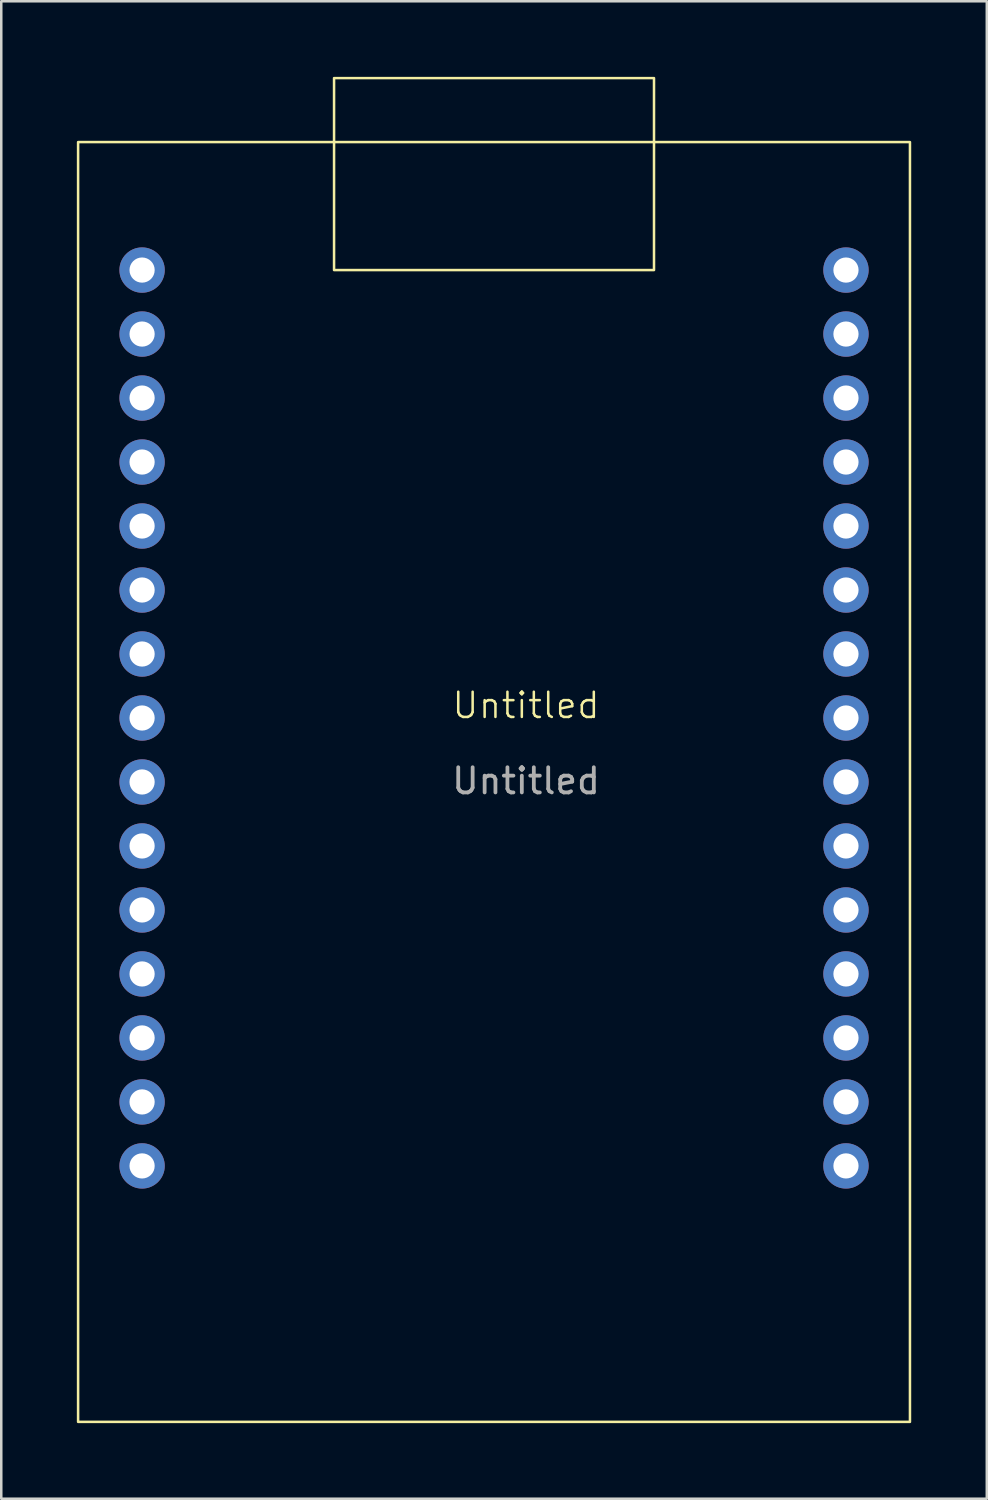
<source format=kicad_pcb>
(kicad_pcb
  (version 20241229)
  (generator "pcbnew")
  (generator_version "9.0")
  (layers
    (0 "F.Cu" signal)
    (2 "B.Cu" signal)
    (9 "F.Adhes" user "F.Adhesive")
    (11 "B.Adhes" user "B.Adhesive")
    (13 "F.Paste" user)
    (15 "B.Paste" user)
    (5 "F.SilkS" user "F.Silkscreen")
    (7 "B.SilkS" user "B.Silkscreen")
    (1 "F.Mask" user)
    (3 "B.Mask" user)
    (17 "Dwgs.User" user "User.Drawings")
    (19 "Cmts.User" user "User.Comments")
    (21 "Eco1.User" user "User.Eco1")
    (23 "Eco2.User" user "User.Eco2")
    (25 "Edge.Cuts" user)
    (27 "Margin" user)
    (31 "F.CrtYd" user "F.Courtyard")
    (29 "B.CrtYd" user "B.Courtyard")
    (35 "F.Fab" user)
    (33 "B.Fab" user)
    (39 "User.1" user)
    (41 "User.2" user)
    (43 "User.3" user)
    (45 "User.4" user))
  (footprint "Untitled"
    (layer "F.Cu")
    (at 17.83 25.45)
    (property "Reference" "Untitled" (at 0 -0.5 0) (unlocked yes) (layer "F.SilkS") (effects (font (size 1 1) (thickness 0.1))))
    (attr smd)
    (fp_rect (start -17.78 -22.86) (end 15.24 27.94) (stroke (width 0.1) (type default)) (fill no) (layer "F.SilkS"))
    (fp_rect (start -7.62 -25.4) (end 5.08 -17.78) (stroke (width 0.1) (type default)) (fill no) (layer "F.SilkS"))
    (fp_text user "${REFERENCE}" (at 0 2.5 0) (unlocked yes) (layer "F.Fab") (effects (font (size 1 1) (thickness 0.15))))
    (pad "1" thru_hole circle (at -15.24 -17.78) (size 1.8 1.8) (drill 1) (layers "*.Cu" "*.Mask"))
    (pad "2" thru_hole circle (at -15.24 -15.24) (size 1.8 1.8) (drill 1) (layers "*.Cu" "*.Mask"))
    (pad "3" thru_hole circle (at -15.24 -12.7) (size 1.8 1.8) (drill 1) (layers "*.Cu" "*.Mask"))
    (pad "4" thru_hole circle (at -15.24 -10.16) (size 1.8 1.8) (drill 1) (layers "*.Cu" "*.Mask"))
    (pad "5" thru_hole circle (at -15.24 -7.62) (size 1.8 1.8) (drill 1) (layers "*.Cu" "*.Mask"))
    (pad "6" thru_hole circle (at -15.24 -5.08) (size 1.8 1.8) (drill 1) (layers "*.Cu" "*.Mask"))
    (pad "7" thru_hole circle (at -15.24 -2.54) (size 1.8 1.8) (drill 1) (layers "*.Cu" "*.Mask"))
    (pad "8" thru_hole circle (at -15.24 0) (size 1.8 1.8) (drill 1) (layers "*.Cu" "*.Mask"))
    (pad "9" thru_hole circle (at -15.24 2.54) (size 1.8 1.8) (drill 1) (layers "*.Cu" "*.Mask"))
    (pad "10" thru_hole circle (at -15.24 5.08) (size 1.8 1.8) (drill 1) (layers "*.Cu" "*.Mask"))
    (pad "11" thru_hole circle (at -15.24 7.62) (size 1.8 1.8) (drill 1) (layers "*.Cu" "*.Mask"))
    (pad "12" thru_hole circle (at -15.24 10.16) (size 1.8 1.8) (drill 1) (layers "*.Cu" "*.Mask"))
    (pad "13" thru_hole circle (at -15.24 12.7) (size 1.8 1.8) (drill 1) (layers "*.Cu" "*.Mask"))
    (pad "14" thru_hole circle (at -15.24 15.24) (size 1.8 1.8) (drill 1) (layers "*.Cu" "*.Mask"))
    (pad "15" thru_hole circle (at -15.24 17.78) (size 1.8 1.8) (drill 1) (layers "*.Cu" "*.Mask"))
    (pad "16" thru_hole circle (at 12.7 -17.78) (size 1.8 1.8) (drill 1) (layers "*.Cu" "*.Mask"))
    (pad "17" thru_hole circle (at 12.7 -15.24) (size 1.8 1.8) (drill 1) (layers "*.Cu" "*.Mask"))
    (pad "18" thru_hole circle (at 12.7 -12.7) (size 1.8 1.8) (drill 1) (layers "*.Cu" "*.Mask"))
    (pad "19" thru_hole circle (at 12.7 -10.16) (size 1.8 1.8) (drill 1) (layers "*.Cu" "*.Mask"))
    (pad "20" thru_hole circle (at 12.7 -7.62) (size 1.8 1.8) (drill 1) (layers "*.Cu" "*.Mask"))
    (pad "21" thru_hole circle (at 12.7 -5.08) (size 1.8 1.8) (drill 1) (layers "*.Cu" "*.Mask"))
    (pad "22" thru_hole circle (at 12.7 -2.54) (size 1.8 1.8) (drill 1) (layers "*.Cu" "*.Mask"))
    (pad "23" thru_hole circle (at 12.7 0) (size 1.8 1.8) (drill 1) (layers "*.Cu" "*.Mask"))
    (pad "24" thru_hole circle (at 12.7 2.54) (size 1.8 1.8) (drill 1) (layers "*.Cu" "*.Mask"))
    (pad "25" thru_hole circle (at 12.7 5.08) (size 1.8 1.8) (drill 1) (layers "*.Cu" "*.Mask"))
    (pad "26" thru_hole circle (at 12.7 7.62) (size 1.8 1.8) (drill 1) (layers "*.Cu" "*.Mask"))
    (pad "27" thru_hole circle (at 12.7 10.16) (size 1.8 1.8) (drill 1) (layers "*.Cu" "*.Mask"))
    (pad "28" thru_hole circle (at 12.7 12.7) (size 1.8 1.8) (drill 1) (layers "*.Cu" "*.Mask"))
    (pad "29" thru_hole circle (at 12.7 15.24) (size 1.8 1.8) (drill 1) (layers "*.Cu" "*.Mask"))
    (pad "30" thru_hole circle (at 12.7 17.78) (size 1.8 1.8) (drill 1) (layers "*.Cu" "*.Mask")))
  (gr_rect
    (start -3 -3)
    (end 36.12 56.44)
    (stroke (width 0.1) (type default))
    (fill no)
    (layer "Edge.Cuts")))
</source>
